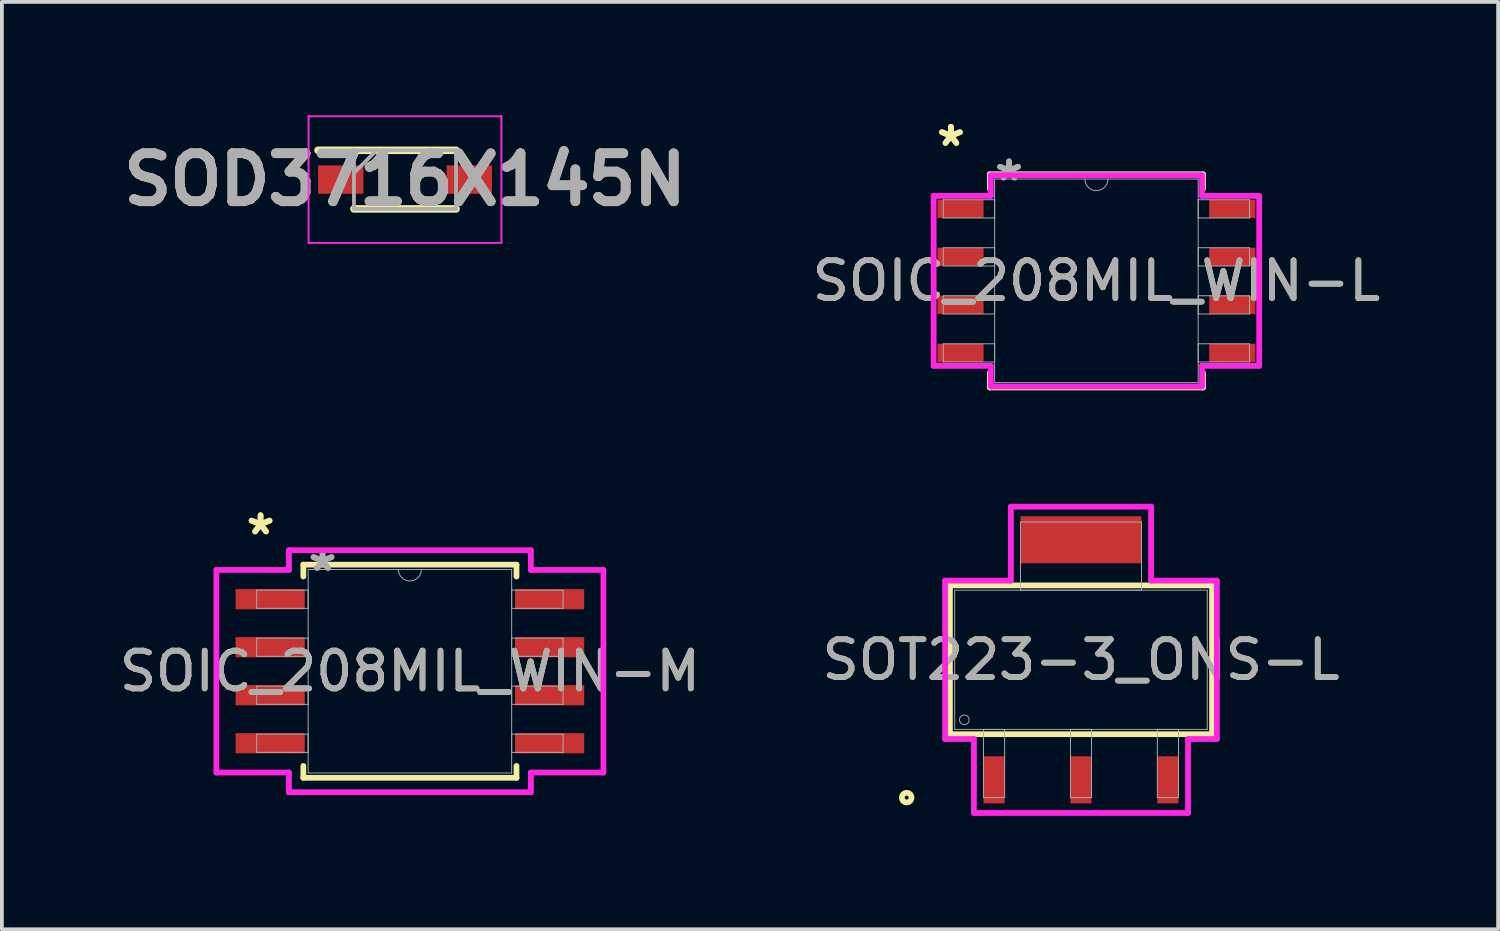
<source format=kicad_pcb>
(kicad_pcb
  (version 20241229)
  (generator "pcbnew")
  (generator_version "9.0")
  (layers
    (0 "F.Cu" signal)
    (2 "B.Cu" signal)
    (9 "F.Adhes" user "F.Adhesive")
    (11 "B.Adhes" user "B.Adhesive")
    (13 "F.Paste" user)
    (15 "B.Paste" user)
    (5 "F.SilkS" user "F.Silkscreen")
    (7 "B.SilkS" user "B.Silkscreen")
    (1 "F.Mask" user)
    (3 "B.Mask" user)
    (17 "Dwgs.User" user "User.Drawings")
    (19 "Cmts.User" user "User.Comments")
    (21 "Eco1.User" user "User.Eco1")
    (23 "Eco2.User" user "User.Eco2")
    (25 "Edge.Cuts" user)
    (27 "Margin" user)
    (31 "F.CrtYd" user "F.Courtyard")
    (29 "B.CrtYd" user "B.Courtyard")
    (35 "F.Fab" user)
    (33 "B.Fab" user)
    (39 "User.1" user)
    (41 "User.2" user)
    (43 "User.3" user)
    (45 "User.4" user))
  (footprint "SOIC_208MIL_WIN-M"
    (layer "F.Cu")
    (at 7.792 14.704)
    (property "Reference" "SOIC_208MIL_WIN-M" (at 0 0 0) (unlocked yes) (layer "F.SilkS") (effects (font (size 1 1) (thickness 0.15))))
    (attr smd)
    (fp_line (start -2.819 -2.819) (end -2.819 -2.504) (stroke (width 0.152) (type solid)) (layer "F.SilkS"))
    (fp_line (start -2.819 2.504) (end -2.819 2.819) (stroke (width 0.152) (type solid)) (layer "F.SilkS"))
    (fp_line (start -2.819 2.819) (end 2.819 2.819) (stroke (width 0.152) (type solid)) (layer "F.SilkS"))
    (fp_line (start 2.819 -2.819) (end -2.819 -2.819) (stroke (width 0.152) (type solid)) (layer "F.SilkS"))
    (fp_line (start 2.819 -2.504) (end 2.819 -2.819) (stroke (width 0.152) (type solid)) (layer "F.SilkS"))
    (fp_line (start 2.819 2.819) (end 2.819 2.504) (stroke (width 0.152) (type solid)) (layer "F.SilkS"))
    (fp_line (start -5.118 -2.68) (end -3.2 -2.68) (stroke (width 0.152) (type solid)) (layer "F.CrtYd"))
    (fp_line (start -5.118 2.68) (end -5.118 -2.68) (stroke (width 0.152) (type solid)) (layer "F.CrtYd"))
    (fp_line (start -5.118 2.68) (end -3.2 2.68) (stroke (width 0.152) (type solid)) (layer "F.CrtYd"))
    (fp_line (start -3.2 -3.2) (end 3.2 -3.2) (stroke (width 0.152) (type solid)) (layer "F.CrtYd"))
    (fp_line (start -3.2 -2.68) (end -3.2 -3.2) (stroke (width 0.152) (type solid)) (layer "F.CrtYd"))
    (fp_line (start -3.2 3.2) (end -3.2 2.68) (stroke (width 0.152) (type solid)) (layer "F.CrtYd"))
    (fp_line (start 3.2 -3.2) (end 3.2 -2.68) (stroke (width 0.152) (type solid)) (layer "F.CrtYd"))
    (fp_line (start 3.2 2.68) (end 3.2 3.2) (stroke (width 0.152) (type solid)) (layer "F.CrtYd"))
    (fp_line (start 3.2 3.2) (end -3.2 3.2) (stroke (width 0.152) (type solid)) (layer "F.CrtYd"))
    (fp_line (start 5.118 -2.68) (end 3.2 -2.68) (stroke (width 0.152) (type solid)) (layer "F.CrtYd"))
    (fp_line (start 5.118 -2.68) (end 5.118 2.68) (stroke (width 0.152) (type solid)) (layer "F.CrtYd"))
    (fp_line (start 5.118 2.68) (end 3.2 2.68) (stroke (width 0.152) (type solid)) (layer "F.CrtYd"))
    (fp_line (start -4.051 -2.146) (end -4.051 -1.664) (stroke (width 0.025) (type solid)) (layer "F.Fab"))
    (fp_line (start -4.051 -1.664) (end -2.692 -1.664) (stroke (width 0.025) (type solid)) (layer "F.Fab"))
    (fp_line (start -4.051 -0.876) (end -4.051 -0.394) (stroke (width 0.025) (type solid)) (layer "F.Fab"))
    (fp_line (start -4.051 -0.394) (end -2.692 -0.394) (stroke (width 0.025) (type solid)) (layer "F.Fab"))
    (fp_line (start -4.051 0.394) (end -4.051 0.876) (stroke (width 0.025) (type solid)) (layer "F.Fab"))
    (fp_line (start -4.051 0.876) (end -2.692 0.876) (stroke (width 0.025) (type solid)) (layer "F.Fab"))
    (fp_line (start -4.051 1.664) (end -4.051 2.146) (stroke (width 0.025) (type solid)) (layer "F.Fab"))
    (fp_line (start -4.051 2.146) (end -2.692 2.146) (stroke (width 0.025) (type solid)) (layer "F.Fab"))
    (fp_line (start -2.692 -2.692) (end -2.692 2.692) (stroke (width 0.025) (type solid)) (layer "F.Fab"))
    (fp_line (start -2.692 -2.146) (end -4.051 -2.146) (stroke (width 0.025) (type solid)) (layer "F.Fab"))
    (fp_line (start -2.692 -1.664) (end -2.692 -2.146) (stroke (width 0.025) (type solid)) (layer "F.Fab"))
    (fp_line (start -2.692 -0.876) (end -4.051 -0.876) (stroke (width 0.025) (type solid)) (layer "F.Fab"))
    (fp_line (start -2.692 -0.394) (end -2.692 -0.876) (stroke (width 0.025) (type solid)) (layer "F.Fab"))
    (fp_line (start -2.692 0.394) (end -4.051 0.394) (stroke (width 0.025) (type solid)) (layer "F.Fab"))
    (fp_line (start -2.692 0.876) (end -2.692 0.394) (stroke (width 0.025) (type solid)) (layer "F.Fab"))
    (fp_line (start -2.692 1.664) (end -4.051 1.664) (stroke (width 0.025) (type solid)) (layer "F.Fab"))
    (fp_line (start -2.692 2.146) (end -2.692 1.664) (stroke (width 0.025) (type solid)) (layer "F.Fab"))
    (fp_line (start -2.692 2.692) (end 2.692 2.692) (stroke (width 0.025) (type solid)) (layer "F.Fab"))
    (fp_line (start 2.692 -2.692) (end -2.692 -2.692) (stroke (width 0.025) (type solid)) (layer "F.Fab"))
    (fp_line (start 2.692 -2.146) (end 2.692 -1.664) (stroke (width 0.025) (type solid)) (layer "F.Fab"))
    (fp_line (start 2.692 -1.664) (end 4.051 -1.664) (stroke (width 0.025) (type solid)) (layer "F.Fab"))
    (fp_line (start 2.692 -0.876) (end 2.692 -0.394) (stroke (width 0.025) (type solid)) (layer "F.Fab"))
    (fp_line (start 2.692 -0.394) (end 4.051 -0.394) (stroke (width 0.025) (type solid)) (layer "F.Fab"))
    (fp_line (start 2.692 0.394) (end 2.692 0.876) (stroke (width 0.025) (type solid)) (layer "F.Fab"))
    (fp_line (start 2.692 0.876) (end 4.051 0.876) (stroke (width 0.025) (type solid)) (layer "F.Fab"))
    (fp_line (start 2.692 1.664) (end 2.692 2.146) (stroke (width 0.025) (type solid)) (layer "F.Fab"))
    (fp_line (start 2.692 2.146) (end 4.051 2.146) (stroke (width 0.025) (type solid)) (layer "F.Fab"))
    (fp_line (start 2.692 2.692) (end 2.692 -2.692) (stroke (width 0.025) (type solid)) (layer "F.Fab"))
    (fp_line (start 4.051 -2.146) (end 2.692 -2.146) (stroke (width 0.025) (type solid)) (layer "F.Fab"))
    (fp_line (start 4.051 -1.664) (end 4.051 -2.146) (stroke (width 0.025) (type solid)) (layer "F.Fab"))
    (fp_line (start 4.051 -0.876) (end 2.692 -0.876) (stroke (width 0.025) (type solid)) (layer "F.Fab"))
    (fp_line (start 4.051 -0.394) (end 4.051 -0.876) (stroke (width 0.025) (type solid)) (layer "F.Fab"))
    (fp_line (start 4.051 0.394) (end 2.692 0.394) (stroke (width 0.025) (type solid)) (layer "F.Fab"))
    (fp_line (start 4.051 0.876) (end 4.051 0.394) (stroke (width 0.025) (type solid)) (layer "F.Fab"))
    (fp_line (start 4.051 1.664) (end 2.692 1.664) (stroke (width 0.025) (type solid)) (layer "F.Fab"))
    (fp_line (start 4.051 2.146) (end 4.051 1.664) (stroke (width 0.025) (type solid)) (layer "F.Fab"))
    (fp_arc (start 0.3048 -2.6924) (mid 0 -2.3876) (end -0.3048 -2.6924) (stroke (width 0.0254) (type solid)) (layer "F.Fab"))
    (fp_text user "*" (at -3.95 -3.581 0) (unlocked yes) (layer "F.SilkS") (effects (font (size 1 1) (thickness 0.15))))
    (fp_text user "*" (at -3.95 -3.581 0) (layer "F.SilkS") (effects (font (size 1 1) (thickness 0.15))))
    (fp_text user "${REFERENCE}" (at 0 0 0) (unlocked yes) (layer "F.Fab") (effects (font (size 1 1) (thickness 0.15))))
    (fp_text user "*" (at -2.311 -2.616 0) (layer "F.Fab") (effects (font (size 1 1) (thickness 0.15))))
    (fp_text user "*" (at -2.311 -2.616 0) (unlocked yes) (layer "F.Fab") (effects (font (size 1 1) (thickness 0.15))))
    (pad "1" smd rect (at -3.696 -1.905) (size 1.829 0.533) (layers "F.Cu" "F.Mask" "F.Paste"))
    (pad "2" smd rect (at -3.696 -0.635) (size 1.829 0.533) (layers "F.Cu" "F.Mask" "F.Paste"))
    (pad "3" smd rect (at -3.696 0.635) (size 1.829 0.533) (layers "F.Cu" "F.Mask" "F.Paste"))
    (pad "4" smd rect (at -3.696 1.905) (size 1.829 0.533) (layers "F.Cu" "F.Mask" "F.Paste"))
    (pad "5" smd rect (at 3.696 1.905) (size 1.829 0.533) (layers "F.Cu" "F.Mask" "F.Paste"))
    (pad "6" smd rect (at 3.696 0.635) (size 1.829 0.533) (layers "F.Cu" "F.Mask" "F.Paste"))
    (pad "7" smd rect (at 3.696 -0.635) (size 1.829 0.533) (layers "F.Cu" "F.Mask" "F.Paste"))
    (pad "8" smd rect (at 3.696 -1.905) (size 1.829 0.533) (layers "F.Cu" "F.Mask" "F.Paste")))
  (footprint "SOD3716X145N"
    (layer "F.Cu")
    (at 7.662 1.7)
    (property "Reference" "SOD3716X145N" (at 0 0 0) (layer "F.SilkS") (effects (font (size 1.27 1.27) (thickness 0.254))))
    (attr smd)
    (fp_line (start -2.3 -0.775) (end 1.35 -0.775) (stroke (width 0.2) (type solid)) (layer "F.SilkS"))
    (fp_line (start -1.35 0.775) (end 1.35 0.775) (stroke (width 0.2) (type solid)) (layer "F.SilkS"))
    (fp_line (start -2.55 -1.675) (end 2.55 -1.675) (stroke (width 0.05) (type solid)) (layer "F.CrtYd"))
    (fp_line (start -2.55 1.675) (end -2.55 -1.675) (stroke (width 0.05) (type solid)) (layer "F.CrtYd"))
    (fp_line (start 2.55 -1.675) (end 2.55 1.675) (stroke (width 0.05) (type solid)) (layer "F.CrtYd"))
    (fp_line (start 2.55 1.675) (end -2.55 1.675) (stroke (width 0.05) (type solid)) (layer "F.CrtYd"))
    (fp_line (start -1.35 -0.775) (end 1.35 -0.775) (stroke (width 0.1) (type solid)) (layer "F.Fab"))
    (fp_line (start -1.35 -0.175) (end -0.75 -0.775) (stroke (width 0.1) (type solid)) (layer "F.Fab"))
    (fp_line (start -1.35 0.775) (end -1.35 -0.775) (stroke (width 0.1) (type solid)) (layer "F.Fab"))
    (fp_line (start 1.35 -0.775) (end 1.35 0.775) (stroke (width 0.1) (type solid)) (layer "F.Fab"))
    (fp_line (start 1.35 0.775) (end -1.35 0.775) (stroke (width 0.1) (type solid)) (layer "F.Fab"))
    (fp_text user "${REFERENCE}" (at 0 0 0) (layer "F.Fab") (effects (font (size 1.27 1.27) (thickness 0.254))))
    (pad "1" smd rect (at -1.7 0 90) (size 0.75 1.2) (layers "F.Cu" "F.Mask" "F.Paste"))
    (pad "2" smd rect (at 1.7 0 90) (size 0.75 1.2) (layers "F.Cu" "F.Mask" "F.Paste")))
  (footprint "SOT223-3_ONS-L"
    (layer "F.Cu")
    (at 25.542 14.402)
    (property "Reference" "SOT223-3_ONS-L" (at 0 0 0) (unlocked yes) (layer "F.SilkS") (effects (font (size 1 1) (thickness 0.15))))
    (attr smd)
    (fp_poly (pts (xy 1.6 -3.797) (xy -1.6 -3.797) (xy -1.6 -2.553) (xy 1.6 -2.553)) (stroke (width 0) (type solid)) (fill yes) (layer "F.Cu"))
    (fp_poly (pts (xy 1.6 -3.95) (xy -1.6 -3.95) (xy -1.6 -2.299) (xy 1.6 -2.299)) (stroke (width 0) (type solid)) (fill yes) (layer "F.Mask"))
    (fp_line (start -3.467 -1.968) (end -3.467 1.968) (stroke (width 0.152) (type solid)) (layer "F.SilkS"))
    (fp_line (start -3.467 1.968) (end 3.467 1.968) (stroke (width 0.152) (type solid)) (layer "F.SilkS"))
    (fp_line (start 3.467 -1.968) (end -3.467 -1.968) (stroke (width 0.152) (type solid)) (layer "F.SilkS"))
    (fp_line (start 3.467 1.968) (end 3.467 -1.968) (stroke (width 0.152) (type solid)) (layer "F.SilkS"))
    (fp_circle (center -4.61 3.645) (end -4.483 3.645) (stroke (width 0.152) (type solid)) (fill no) (layer "F.SilkS"))
    (fp_poly (pts (xy 1.6 -3.797) (xy -1.6 -3.797) (xy -1.6 -2.553) (xy 1.6 -2.553)) (stroke (width 0) (type solid)) (fill yes) (layer "F.Paste"))
    (fp_line (start -3.594 -2.095) (end -1.854 -2.095) (stroke (width 0.152) (type solid)) (layer "F.CrtYd"))
    (fp_line (start -3.594 2.095) (end -3.594 -2.095) (stroke (width 0.152) (type solid)) (layer "F.CrtYd"))
    (fp_line (start -2.832 2.095) (end -3.594 2.095) (stroke (width 0.152) (type solid)) (layer "F.CrtYd"))
    (fp_line (start -2.832 4.051) (end -2.832 2.095) (stroke (width 0.152) (type solid)) (layer "F.CrtYd"))
    (fp_line (start -1.854 -4.051) (end 1.854 -4.051) (stroke (width 0.152) (type solid)) (layer "F.CrtYd"))
    (fp_line (start -1.854 -2.095) (end -1.854 -4.051) (stroke (width 0.152) (type solid)) (layer "F.CrtYd"))
    (fp_line (start 1.854 -4.051) (end 1.854 -2.095) (stroke (width 0.152) (type solid)) (layer "F.CrtYd"))
    (fp_line (start 1.854 -2.095) (end 3.594 -2.095) (stroke (width 0.152) (type solid)) (layer "F.CrtYd"))
    (fp_line (start 2.832 2.095) (end 2.832 4.051) (stroke (width 0.152) (type solid)) (layer "F.CrtYd"))
    (fp_line (start 2.832 4.051) (end -2.832 4.051) (stroke (width 0.152) (type solid)) (layer "F.CrtYd"))
    (fp_line (start 3.594 -2.095) (end 3.594 2.095) (stroke (width 0.152) (type solid)) (layer "F.CrtYd"))
    (fp_line (start 3.594 2.095) (end 2.832 2.095) (stroke (width 0.152) (type solid)) (layer "F.CrtYd"))
    (fp_line (start -3.34 -1.841) (end -3.34 1.841) (stroke (width 0.025) (type solid)) (layer "F.Fab"))
    (fp_line (start -3.34 1.841) (end 3.34 1.841) (stroke (width 0.025) (type solid)) (layer "F.Fab"))
    (fp_line (start -2.578 1.841) (end -2.578 3.645) (stroke (width 0.025) (type solid)) (layer "F.Fab"))
    (fp_line (start -2.578 3.645) (end -2.019 3.645) (stroke (width 0.025) (type solid)) (layer "F.Fab"))
    (fp_line (start -2.019 1.841) (end -2.578 1.841) (stroke (width 0.025) (type solid)) (layer "F.Fab"))
    (fp_line (start -2.019 3.645) (end -2.019 1.841) (stroke (width 0.025) (type solid)) (layer "F.Fab"))
    (fp_line (start -1.6 -3.645) (end -1.6 -1.841) (stroke (width 0.025) (type solid)) (layer "F.Fab"))
    (fp_line (start -1.6 -1.841) (end 1.6 -1.841) (stroke (width 0.025) (type solid)) (layer "F.Fab"))
    (fp_line (start -0.279 1.841) (end -0.279 3.645) (stroke (width 0.025) (type solid)) (layer "F.Fab"))
    (fp_line (start -0.279 3.645) (end 0.279 3.645) (stroke (width 0.025) (type solid)) (layer "F.Fab"))
    (fp_line (start 0.279 1.841) (end -0.279 1.841) (stroke (width 0.025) (type solid)) (layer "F.Fab"))
    (fp_line (start 0.279 3.645) (end 0.279 1.841) (stroke (width 0.025) (type solid)) (layer "F.Fab"))
    (fp_line (start 1.6 -3.645) (end -1.6 -3.645) (stroke (width 0.025) (type solid)) (layer "F.Fab"))
    (fp_line (start 1.6 -1.841) (end 1.6 -3.645) (stroke (width 0.025) (type solid)) (layer "F.Fab"))
    (fp_line (start 2.019 1.841) (end 2.019 3.645) (stroke (width 0.025) (type solid)) (layer "F.Fab"))
    (fp_line (start 2.019 3.645) (end 2.578 3.645) (stroke (width 0.025) (type solid)) (layer "F.Fab"))
    (fp_line (start 2.578 1.841) (end 2.019 1.841) (stroke (width 0.025) (type solid)) (layer "F.Fab"))
    (fp_line (start 2.578 3.645) (end 2.578 1.841) (stroke (width 0.025) (type solid)) (layer "F.Fab"))
    (fp_line (start 3.34 -1.841) (end -3.34 -1.841) (stroke (width 0.025) (type solid)) (layer "F.Fab"))
    (fp_line (start 3.34 1.841) (end 3.34 -1.841) (stroke (width 0.025) (type solid)) (layer "F.Fab"))
    (fp_circle (center -3.086 1.587) (end -2.959 1.587) (stroke (width 0.025) (type solid)) (fill no) (layer "F.Fab"))
    (fp_text user "${REFERENCE}" (at 0 0 0) (unlocked yes) (layer "F.Fab") (effects (font (size 1 1) (thickness 0.15))))
    (pad "1" smd rect (at -2.299 3.175) (size 0.559 1.245) (layers "F.Cu" "F.Mask" "F.Paste"))
    (pad "2" smd rect (at 0 3.175) (size 0.559 1.245) (layers "F.Cu" "F.Mask" "F.Paste"))
    (pad "3" smd rect (at 2.299 3.175) (size 0.559 1.245) (layers "F.Cu" "F.Mask" "F.Paste")))
  (footprint "SOIC_208MIL_WIN-L"
    (layer "F.Cu")
    (at 25.95 4.379)
    (property "Reference" "SOIC_208MIL_WIN-L" (at 0 0 0) (unlocked yes) (layer "F.SilkS") (effects (font (size 1 1) (thickness 0.15))))
    (attr smd)
    (fp_line (start -2.819 -2.819) (end -2.819 -2.435) (stroke (width 0.152) (type solid)) (layer "F.SilkS"))
    (fp_line (start -2.819 2.435) (end -2.819 2.819) (stroke (width 0.152) (type solid)) (layer "F.SilkS"))
    (fp_line (start -2.819 2.819) (end 2.819 2.819) (stroke (width 0.152) (type solid)) (layer "F.SilkS"))
    (fp_line (start 2.819 -2.819) (end -2.819 -2.819) (stroke (width 0.152) (type solid)) (layer "F.SilkS"))
    (fp_line (start 2.819 -2.435) (end 2.819 -2.819) (stroke (width 0.152) (type solid)) (layer "F.SilkS"))
    (fp_line (start 2.819 2.819) (end 2.819 2.435) (stroke (width 0.152) (type solid)) (layer "F.SilkS"))
    (fp_line (start -4.305 -2.248) (end -2.794 -2.248) (stroke (width 0.152) (type solid)) (layer "F.CrtYd"))
    (fp_line (start -4.305 2.248) (end -4.305 -2.248) (stroke (width 0.152) (type solid)) (layer "F.CrtYd"))
    (fp_line (start -4.305 2.248) (end -2.794 2.248) (stroke (width 0.152) (type solid)) (layer "F.CrtYd"))
    (fp_line (start -2.794 -2.794) (end 2.794 -2.794) (stroke (width 0.152) (type solid)) (layer "F.CrtYd"))
    (fp_line (start -2.794 -2.248) (end -2.794 -2.794) (stroke (width 0.152) (type solid)) (layer "F.CrtYd"))
    (fp_line (start -2.794 2.794) (end -2.794 2.248) (stroke (width 0.152) (type solid)) (layer "F.CrtYd"))
    (fp_line (start 2.794 -2.794) (end 2.794 -2.248) (stroke (width 0.152) (type solid)) (layer "F.CrtYd"))
    (fp_line (start 2.794 2.248) (end 2.794 2.794) (stroke (width 0.152) (type solid)) (layer "F.CrtYd"))
    (fp_line (start 2.794 2.794) (end -2.794 2.794) (stroke (width 0.152) (type solid)) (layer "F.CrtYd"))
    (fp_line (start 4.305 -2.248) (end 2.794 -2.248) (stroke (width 0.152) (type solid)) (layer "F.CrtYd"))
    (fp_line (start 4.305 -2.248) (end 4.305 2.248) (stroke (width 0.152) (type solid)) (layer "F.CrtYd"))
    (fp_line (start 4.305 2.248) (end 2.794 2.248) (stroke (width 0.152) (type solid)) (layer "F.CrtYd"))
    (fp_line (start -4.051 -2.146) (end -4.051 -1.664) (stroke (width 0.025) (type solid)) (layer "F.Fab"))
    (fp_line (start -4.051 -1.664) (end -2.692 -1.664) (stroke (width 0.025) (type solid)) (layer "F.Fab"))
    (fp_line (start -4.051 -0.876) (end -4.051 -0.394) (stroke (width 0.025) (type solid)) (layer "F.Fab"))
    (fp_line (start -4.051 -0.394) (end -2.692 -0.394) (stroke (width 0.025) (type solid)) (layer "F.Fab"))
    (fp_line (start -4.051 0.394) (end -4.051 0.876) (stroke (width 0.025) (type solid)) (layer "F.Fab"))
    (fp_line (start -4.051 0.876) (end -2.692 0.876) (stroke (width 0.025) (type solid)) (layer "F.Fab"))
    (fp_line (start -4.051 1.664) (end -4.051 2.146) (stroke (width 0.025) (type solid)) (layer "F.Fab"))
    (fp_line (start -4.051 2.146) (end -2.692 2.146) (stroke (width 0.025) (type solid)) (layer "F.Fab"))
    (fp_line (start -2.692 -2.692) (end -2.692 2.692) (stroke (width 0.025) (type solid)) (layer "F.Fab"))
    (fp_line (start -2.692 -2.146) (end -4.051 -2.146) (stroke (width 0.025) (type solid)) (layer "F.Fab"))
    (fp_line (start -2.692 -1.664) (end -2.692 -2.146) (stroke (width 0.025) (type solid)) (layer "F.Fab"))
    (fp_line (start -2.692 -0.876) (end -4.051 -0.876) (stroke (width 0.025) (type solid)) (layer "F.Fab"))
    (fp_line (start -2.692 -0.394) (end -2.692 -0.876) (stroke (width 0.025) (type solid)) (layer "F.Fab"))
    (fp_line (start -2.692 0.394) (end -4.051 0.394) (stroke (width 0.025) (type solid)) (layer "F.Fab"))
    (fp_line (start -2.692 0.876) (end -2.692 0.394) (stroke (width 0.025) (type solid)) (layer "F.Fab"))
    (fp_line (start -2.692 1.664) (end -4.051 1.664) (stroke (width 0.025) (type solid)) (layer "F.Fab"))
    (fp_line (start -2.692 2.146) (end -2.692 1.664) (stroke (width 0.025) (type solid)) (layer "F.Fab"))
    (fp_line (start -2.692 2.692) (end 2.692 2.692) (stroke (width 0.025) (type solid)) (layer "F.Fab"))
    (fp_line (start 2.692 -2.692) (end -2.692 -2.692) (stroke (width 0.025) (type solid)) (layer "F.Fab"))
    (fp_line (start 2.692 -2.146) (end 2.692 -1.664) (stroke (width 0.025) (type solid)) (layer "F.Fab"))
    (fp_line (start 2.692 -1.664) (end 4.051 -1.664) (stroke (width 0.025) (type solid)) (layer "F.Fab"))
    (fp_line (start 2.692 -0.876) (end 2.692 -0.394) (stroke (width 0.025) (type solid)) (layer "F.Fab"))
    (fp_line (start 2.692 -0.394) (end 4.051 -0.394) (stroke (width 0.025) (type solid)) (layer "F.Fab"))
    (fp_line (start 2.692 0.394) (end 2.692 0.876) (stroke (width 0.025) (type solid)) (layer "F.Fab"))
    (fp_line (start 2.692 0.876) (end 4.051 0.876) (stroke (width 0.025) (type solid)) (layer "F.Fab"))
    (fp_line (start 2.692 1.664) (end 2.692 2.146) (stroke (width 0.025) (type solid)) (layer "F.Fab"))
    (fp_line (start 2.692 2.146) (end 4.051 2.146) (stroke (width 0.025) (type solid)) (layer "F.Fab"))
    (fp_line (start 2.692 2.692) (end 2.692 -2.692) (stroke (width 0.025) (type solid)) (layer "F.Fab"))
    (fp_line (start 4.051 -2.146) (end 2.692 -2.146) (stroke (width 0.025) (type solid)) (layer "F.Fab"))
    (fp_line (start 4.051 -1.664) (end 4.051 -2.146) (stroke (width 0.025) (type solid)) (layer "F.Fab"))
    (fp_line (start 4.051 -0.876) (end 2.692 -0.876) (stroke (width 0.025) (type solid)) (layer "F.Fab"))
    (fp_line (start 4.051 -0.394) (end 4.051 -0.876) (stroke (width 0.025) (type solid)) (layer "F.Fab"))
    (fp_line (start 4.051 0.394) (end 2.692 0.394) (stroke (width 0.025) (type solid)) (layer "F.Fab"))
    (fp_line (start 4.051 0.876) (end 4.051 0.394) (stroke (width 0.025) (type solid)) (layer "F.Fab"))
    (fp_line (start 4.051 1.664) (end 2.692 1.664) (stroke (width 0.025) (type solid)) (layer "F.Fab"))
    (fp_line (start 4.051 2.146) (end 4.051 1.664) (stroke (width 0.025) (type solid)) (layer "F.Fab"))
    (fp_arc (start 0.3048 -2.6924) (mid 0 -2.3876) (end -0.3048 -2.6924) (stroke (width 0.0254) (type solid)) (layer "F.Fab"))
    (fp_text user "*" (at -3.848 -3.531 0) (unlocked yes) (layer "F.SilkS") (effects (font (size 1 1) (thickness 0.15))))
    (fp_text user "*" (at -3.848 -3.531 0) (layer "F.SilkS") (effects (font (size 1 1) (thickness 0.15))))
    (fp_text user "${REFERENCE}" (at 0 0 0) (unlocked yes) (layer "F.Fab") (effects (font (size 1 1) (thickness 0.15))))
    (fp_text user "*" (at -2.311 -2.616 0) (layer "F.Fab") (effects (font (size 1 1) (thickness 0.15))))
    (fp_text user "*" (at -2.311 -2.616 0) (unlocked yes) (layer "F.Fab") (effects (font (size 1 1) (thickness 0.15))))
    (pad "1" smd rect (at -3.594 -1.905) (size 1.219 0.483) (layers "F.Cu" "F.Mask" "F.Paste"))
    (pad "2" smd rect (at -3.594 -0.635) (size 1.219 0.483) (layers "F.Cu" "F.Mask" "F.Paste"))
    (pad "3" smd rect (at -3.594 0.635) (size 1.219 0.483) (layers "F.Cu" "F.Mask" "F.Paste"))
    (pad "4" smd rect (at -3.594 1.905) (size 1.219 0.483) (layers "F.Cu" "F.Mask" "F.Paste"))
    (pad "5" smd rect (at 3.594 1.905) (size 1.219 0.483) (layers "F.Cu" "F.Mask" "F.Paste"))
    (pad "6" smd rect (at 3.594 0.635) (size 1.219 0.483) (layers "F.Cu" "F.Mask" "F.Paste"))
    (pad "7" smd rect (at 3.594 -0.635) (size 1.219 0.483) (layers "F.Cu" "F.Mask" "F.Paste"))
    (pad "8" smd rect (at 3.594 -1.905) (size 1.219 0.483) (layers "F.Cu" "F.Mask" "F.Paste")))
  (gr_rect
    (start -3 -3)
    (end 36.575 21.529)
    (stroke (width 0.1) (type default))
    (fill no)
    (layer "Edge.Cuts")))
</source>
